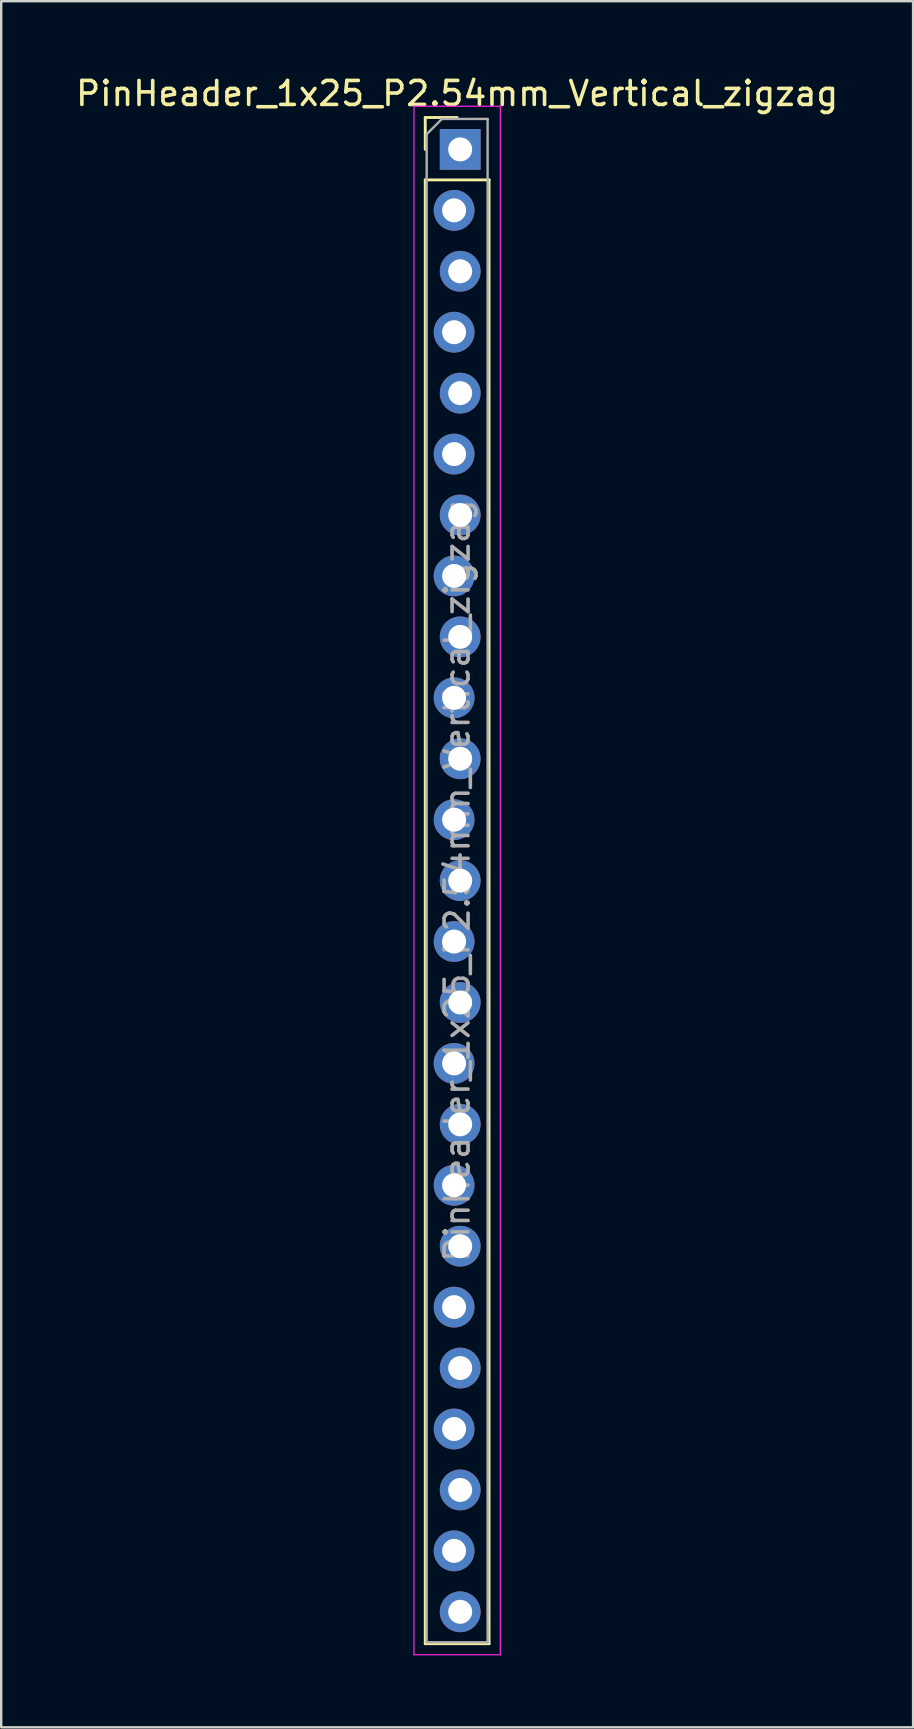
<source format=kicad_pcb>
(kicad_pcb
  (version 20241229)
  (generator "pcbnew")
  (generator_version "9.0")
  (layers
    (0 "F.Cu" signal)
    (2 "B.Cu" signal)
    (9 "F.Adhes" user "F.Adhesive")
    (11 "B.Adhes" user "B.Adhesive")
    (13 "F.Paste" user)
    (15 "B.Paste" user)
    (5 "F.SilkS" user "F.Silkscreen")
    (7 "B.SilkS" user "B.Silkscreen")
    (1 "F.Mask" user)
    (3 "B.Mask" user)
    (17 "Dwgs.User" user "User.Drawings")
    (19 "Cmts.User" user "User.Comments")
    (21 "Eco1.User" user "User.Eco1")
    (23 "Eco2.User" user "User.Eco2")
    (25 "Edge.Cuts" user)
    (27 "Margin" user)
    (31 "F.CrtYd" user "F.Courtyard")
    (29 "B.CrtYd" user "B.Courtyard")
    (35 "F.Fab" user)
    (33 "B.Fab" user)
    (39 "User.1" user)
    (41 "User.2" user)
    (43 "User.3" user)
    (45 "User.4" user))
  (footprint "PinHeader_1x25_P2.54mm_Vertical_zigzag"
    (layer "F.Cu")
    (at 16.006 3.178)
    (property "Reference" "PinHeader_1x25_P2.54mm_Vertical_zigzag" (at 0 -2.33 0) (layer "F.SilkS") (effects (font (size 1 1) (thickness 0.15))))
    (attr through_hole)
    (fp_line (start -1.33 -1.33) (end 0 -1.33) (stroke (width 0.12) (type solid)) (layer "F.SilkS"))
    (fp_line (start -1.33 0) (end -1.33 -1.33) (stroke (width 0.12) (type solid)) (layer "F.SilkS"))
    (fp_line (start -1.33 1.27) (end -1.33 62.29) (stroke (width 0.12) (type solid)) (layer "F.SilkS"))
    (fp_line (start -1.33 1.27) (end 1.33 1.27) (stroke (width 0.12) (type solid)) (layer "F.SilkS"))
    (fp_line (start -1.33 62.29) (end 1.33 62.29) (stroke (width 0.12) (type solid)) (layer "F.SilkS"))
    (fp_line (start 1.33 1.27) (end 1.33 62.29) (stroke (width 0.12) (type solid)) (layer "F.SilkS"))
    (fp_line (start -1.8 -1.8) (end -1.8 62.75) (stroke (width 0.05) (type solid)) (layer "F.CrtYd"))
    (fp_line (start -1.8 62.75) (end 1.8 62.75) (stroke (width 0.05) (type solid)) (layer "F.CrtYd"))
    (fp_line (start 1.8 -1.8) (end -1.8 -1.8) (stroke (width 0.05) (type solid)) (layer "F.CrtYd"))
    (fp_line (start 1.8 62.75) (end 1.8 -1.8) (stroke (width 0.05) (type solid)) (layer "F.CrtYd"))
    (fp_line (start -1.27 -0.635) (end -0.635 -1.27) (stroke (width 0.1) (type solid)) (layer "F.Fab"))
    (fp_line (start -1.27 62.23) (end -1.27 -0.635) (stroke (width 0.1) (type solid)) (layer "F.Fab"))
    (fp_line (start -0.635 -1.27) (end 1.27 -1.27) (stroke (width 0.1) (type solid)) (layer "F.Fab"))
    (fp_line (start 1.27 -1.27) (end 1.27 62.23) (stroke (width 0.1) (type solid)) (layer "F.Fab"))
    (fp_line (start 1.27 62.23) (end -1.27 62.23) (stroke (width 0.1) (type solid)) (layer "F.Fab"))
    (fp_text user "${REFERENCE}" (at 0 30.48 90) (layer "F.Fab") (effects (font (size 1 1) (thickness 0.15))))
    (pad "1" thru_hole rect (at 0.127 0) (size 1.7 1.7) (drill 1) (layers "*.Cu" "*.Mask"))
    (pad "2" thru_hole oval (at -0.127 2.54) (size 1.7 1.7) (drill 1) (layers "*.Cu" "*.Mask"))
    (pad "3" thru_hole oval (at 0.127 5.08) (size 1.7 1.7) (drill 1) (layers "*.Cu" "*.Mask"))
    (pad "4" thru_hole oval (at -0.127 7.62) (size 1.7 1.7) (drill 1) (layers "*.Cu" "*.Mask"))
    (pad "5" thru_hole oval (at 0.127 10.16) (size 1.7 1.7) (drill 1) (layers "*.Cu" "*.Mask"))
    (pad "6" thru_hole oval (at -0.127 12.7) (size 1.7 1.7) (drill 1) (layers "*.Cu" "*.Mask"))
    (pad "7" thru_hole oval (at 0.127 15.24) (size 1.7 1.7) (drill 1) (layers "*.Cu" "*.Mask"))
    (pad "8" thru_hole oval (at -0.127 17.78) (size 1.7 1.7) (drill 1) (layers "*.Cu" "*.Mask"))
    (pad "9" thru_hole oval (at 0.127 20.32) (size 1.7 1.7) (drill 1) (layers "*.Cu" "*.Mask"))
    (pad "10" thru_hole oval (at -0.127 22.86) (size 1.7 1.7) (drill 1) (layers "*.Cu" "*.Mask"))
    (pad "11" thru_hole oval (at 0.127 25.4) (size 1.7 1.7) (drill 1) (layers "*.Cu" "*.Mask"))
    (pad "12" thru_hole oval (at -0.127 27.94) (size 1.7 1.7) (drill 1) (layers "*.Cu" "*.Mask"))
    (pad "13" thru_hole oval (at 0.127 30.48) (size 1.7 1.7) (drill 1) (layers "*.Cu" "*.Mask"))
    (pad "14" thru_hole oval (at -0.127 33.02) (size 1.7 1.7) (drill 1) (layers "*.Cu" "*.Mask"))
    (pad "15" thru_hole oval (at 0.127 35.56) (size 1.7 1.7) (drill 1) (layers "*.Cu" "*.Mask"))
    (pad "16" thru_hole oval (at -0.127 38.1) (size 1.7 1.7) (drill 1) (layers "*.Cu" "*.Mask"))
    (pad "17" thru_hole oval (at 0.127 40.64) (size 1.7 1.7) (drill 1) (layers "*.Cu" "*.Mask"))
    (pad "18" thru_hole oval (at -0.127 43.18) (size 1.7 1.7) (drill 1) (layers "*.Cu" "*.Mask"))
    (pad "19" thru_hole oval (at 0.127 45.72) (size 1.7 1.7) (drill 1) (layers "*.Cu" "*.Mask"))
    (pad "20" thru_hole oval (at -0.127 48.26) (size 1.7 1.7) (drill 1) (layers "*.Cu" "*.Mask"))
    (pad "21" thru_hole oval (at 0.127 50.8) (size 1.7 1.7) (drill 1) (layers "*.Cu" "*.Mask"))
    (pad "22" thru_hole oval (at -0.127 53.34) (size 1.7 1.7) (drill 1) (layers "*.Cu" "*.Mask"))
    (pad "23" thru_hole oval (at 0.127 55.88) (size 1.7 1.7) (drill 1) (layers "*.Cu" "*.Mask"))
    (pad "24" thru_hole oval (at -0.127 58.42) (size 1.7 1.7) (drill 1) (layers "*.Cu" "*.Mask"))
    (pad "25" thru_hole oval (at 0.127 60.96) (size 1.7 1.7) (drill 1) (layers "*.Cu" "*.Mask")))
  (gr_rect
    (start -3 -3)
    (end 35.012 68.953)
    (stroke (width 0.1) (type default))
    (fill no)
    (layer "Edge.Cuts")))
</source>
